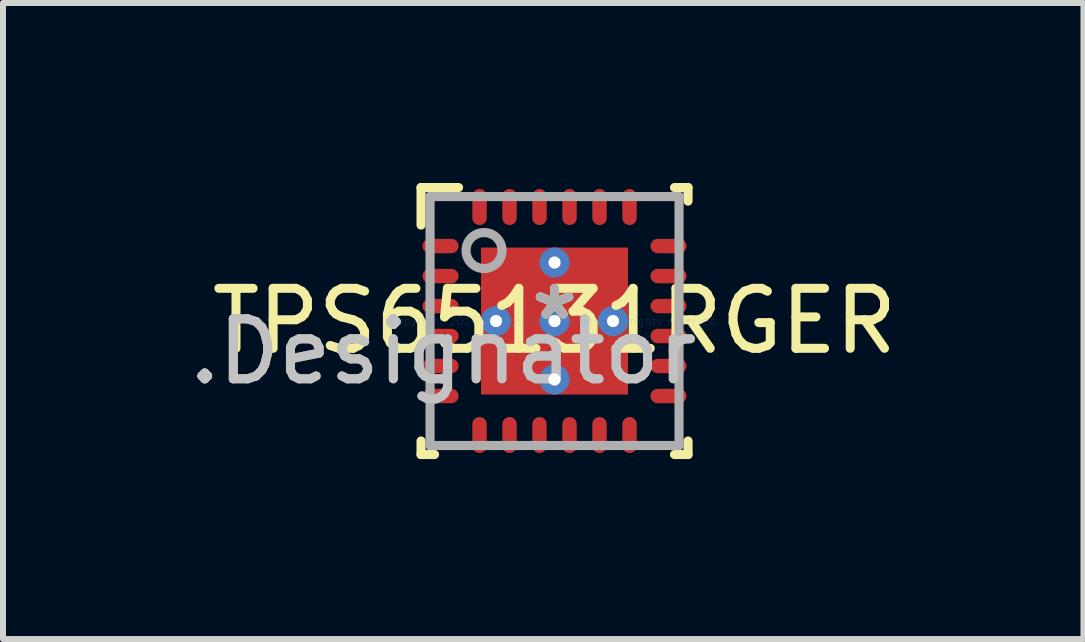
<source format=kicad_pcb>
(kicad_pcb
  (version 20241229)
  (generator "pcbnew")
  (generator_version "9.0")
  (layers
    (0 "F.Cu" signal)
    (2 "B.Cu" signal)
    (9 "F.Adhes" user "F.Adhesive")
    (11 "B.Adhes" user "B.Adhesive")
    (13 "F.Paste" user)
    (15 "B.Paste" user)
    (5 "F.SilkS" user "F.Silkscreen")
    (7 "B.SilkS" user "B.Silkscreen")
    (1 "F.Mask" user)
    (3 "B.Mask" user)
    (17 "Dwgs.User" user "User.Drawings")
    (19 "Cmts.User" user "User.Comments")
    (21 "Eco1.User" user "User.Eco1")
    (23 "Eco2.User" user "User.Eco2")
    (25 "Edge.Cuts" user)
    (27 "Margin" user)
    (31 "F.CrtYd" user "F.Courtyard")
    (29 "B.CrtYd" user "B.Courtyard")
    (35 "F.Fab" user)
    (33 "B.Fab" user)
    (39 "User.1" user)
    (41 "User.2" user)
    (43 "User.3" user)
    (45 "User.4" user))
  (footprint "TPS65131RGER"
    (layer "F.Cu")
    (at 6.193 2.301)
    (property "Reference" "TPS65131RGER" (at 0 0 0) (layer "F.SilkS") (effects (font (size 1 1) (thickness 0.15))))
    (attr through_hole)
    (fp_line (start -2.225 -2.225) (end -1.6 -2.225) (stroke (width 0.152) (type solid)) (layer "F.SilkS"))
    (fp_line (start -2.225 -1.6) (end -2.225 -2.225) (stroke (width 0.152) (type solid)) (layer "F.SilkS"))
    (fp_line (start -2.225 2.225) (end -2.225 2) (stroke (width 0.152) (type solid)) (layer "F.SilkS"))
    (fp_line (start -2.225 2.225) (end -2 2.225) (stroke (width 0.152) (type solid)) (layer "F.SilkS"))
    (fp_line (start 2 -2.225) (end 2.225 -2.225) (stroke (width 0.152) (type solid)) (layer "F.SilkS"))
    (fp_line (start 2 2.225) (end 2.225 2.225) (stroke (width 0.152) (type solid)) (layer "F.SilkS"))
    (fp_line (start 2.225 -2) (end 2.225 -2.225) (stroke (width 0.152) (type solid)) (layer "F.SilkS"))
    (fp_line (start 2.225 2.225) (end 2.225 2) (stroke (width 0.152) (type solid)) (layer "F.SilkS"))
    (fp_line (start -1.184 -1.184) (end -1.184 -0.1) (stroke (width 0.152) (type solid)) (layer "F.Paste"))
    (fp_line (start -1.184 -0.1) (end -0.1 -0.1) (stroke (width 0.152) (type solid)) (layer "F.Paste"))
    (fp_line (start -1.184 0.1) (end -1.184 1.184) (stroke (width 0.152) (type solid)) (layer "F.Paste"))
    (fp_line (start -1.184 1.184) (end -0.1 1.184) (stroke (width 0.152) (type solid)) (layer "F.Paste"))
    (fp_line (start -0.1 -1.184) (end -1.184 -1.184) (stroke (width 0.152) (type solid)) (layer "F.Paste"))
    (fp_line (start -0.1 -0.1) (end -0.1 -1.184) (stroke (width 0.152) (type solid)) (layer "F.Paste"))
    (fp_line (start -0.1 0.1) (end -1.184 0.1) (stroke (width 0.152) (type solid)) (layer "F.Paste"))
    (fp_line (start -0.1 1.184) (end -0.1 0.1) (stroke (width 0.152) (type solid)) (layer "F.Paste"))
    (fp_line (start 0.1 -1.184) (end 0.1 -0.1) (stroke (width 0.152) (type solid)) (layer "F.Paste"))
    (fp_line (start 0.1 -0.1) (end 1.184 -0.1) (stroke (width 0.152) (type solid)) (layer "F.Paste"))
    (fp_line (start 0.1 0.1) (end 0.1 1.184) (stroke (width 0.152) (type solid)) (layer "F.Paste"))
    (fp_line (start 0.1 1.184) (end 1.184 1.184) (stroke (width 0.152) (type solid)) (layer "F.Paste"))
    (fp_line (start 1.184 -1.184) (end 0.1 -1.184) (stroke (width 0.152) (type solid)) (layer "F.Paste"))
    (fp_line (start 1.184 -0.1) (end 1.184 -1.184) (stroke (width 0.152) (type solid)) (layer "F.Paste"))
    (fp_line (start 1.184 0.1) (end 0.1 0.1) (stroke (width 0.152) (type solid)) (layer "F.Paste"))
    (fp_line (start 1.184 1.184) (end 1.184 0.1) (stroke (width 0.152) (type solid)) (layer "F.Paste"))
    (fp_line (start -2.075 -2.075) (end 2.075 -2.075) (stroke (width 0.152) (type solid)) (layer "F.Fab"))
    (fp_line (start -2.075 2.075) (end -2.075 -2.075) (stroke (width 0.152) (type solid)) (layer "F.Fab"))
    (fp_line (start -2.075 2.075) (end 2.075 2.075) (stroke (width 0.152) (type solid)) (layer "F.Fab"))
    (fp_line (start 2.075 2.075) (end 2.075 -2.075) (stroke (width 0.152) (type solid)) (layer "F.Fab"))
    (fp_circle (center -1.175 -1.175) (end -0.875 -1.175) (stroke (width 0.152) (type solid)) (fill no) (layer "F.Fab"))
    (fp_text user "*" (at 0 0 0) (layer "F.SilkS") (effects (font (size 1 1) (thickness 0.15))))
    (fp_text user ".Designator" (at -1.854 0.508 0) (layer "Dwgs.User") (effects (font (size 1 1) (thickness 0.15))))
    (fp_text user "Copyright 2016 Accelerated Designs. All rights reserved." (at 0 0 0) (layer "Cmts.User") (effects (font (size 0.127 0.127) (thickness 0.002))))
    (fp_text user ".Designator" (at -1.854 0.508 0) (layer "F.Fab") (effects (font (size 1 1) (thickness 0.15))))
    (fp_text user "*" (at 0 0 0) (layer "F.Fab") (effects (font (size 1 1) (thickness 0.15))))
    (pad "1" smd oval (at -1.9 -1.25 90) (size 0.24 0.6) (layers "F.Cu" "F.Mask" "F.Paste"))
    (pad "2" smd oval (at -1.9 -0.75 90) (size 0.24 0.6) (layers "F.Cu" "F.Mask" "F.Paste"))
    (pad "3" smd oval (at -1.9 -0.25 90) (size 0.24 0.6) (layers "F.Cu" "F.Mask" "F.Paste"))
    (pad "4" smd oval (at -1.9 0.25 90) (size 0.24 0.6) (layers "F.Cu" "F.Mask" "F.Paste"))
    (pad "5" smd oval (at -1.9 0.75 90) (size 0.24 0.6) (layers "F.Cu" "F.Mask" "F.Paste"))
    (pad "6" smd oval (at -1.9 1.25 90) (size 0.24 0.6) (layers "F.Cu" "F.Mask" "F.Paste"))
    (pad "7" smd oval (at -1.25 1.9) (size 0.24 0.6) (layers "F.Cu" "F.Mask" "F.Paste"))
    (pad "8" smd oval (at -0.75 1.9) (size 0.24 0.6) (layers "F.Cu" "F.Mask" "F.Paste"))
    (pad "9" smd oval (at -0.25 1.9) (size 0.24 0.6) (layers "F.Cu" "F.Mask" "F.Paste"))
    (pad "10" smd oval (at 0.25 1.9) (size 0.24 0.6) (layers "F.Cu" "F.Mask" "F.Paste"))
    (pad "11" smd oval (at 0.75 1.9) (size 0.24 0.6) (layers "F.Cu" "F.Mask" "F.Paste"))
    (pad "12" smd oval (at 1.25 1.9) (size 0.24 0.6) (layers "F.Cu" "F.Mask" "F.Paste"))
    (pad "13" smd oval (at 1.9 1.25 90) (size 0.24 0.6) (layers "F.Cu" "F.Mask" "F.Paste"))
    (pad "14" smd oval (at 1.9 0.75 90) (size 0.24 0.6) (layers "F.Cu" "F.Mask" "F.Paste"))
    (pad "15" smd oval (at 1.9 0.25 90) (size 0.24 0.6) (layers "F.Cu" "F.Mask" "F.Paste"))
    (pad "16" smd oval (at 1.9 -0.25 90) (size 0.24 0.6) (layers "F.Cu" "F.Mask" "F.Paste"))
    (pad "17" smd oval (at 1.9 -0.75 90) (size 0.24 0.6) (layers "F.Cu" "F.Mask" "F.Paste"))
    (pad "18" smd oval (at 1.9 -1.25 90) (size 0.24 0.6) (layers "F.Cu" "F.Mask" "F.Paste"))
    (pad "19" smd oval (at 1.25 -1.9) (size 0.24 0.6) (layers "F.Cu" "F.Mask" "F.Paste"))
    (pad "20" smd oval (at 0.75 -1.9) (size 0.24 0.6) (layers "F.Cu" "F.Mask" "F.Paste"))
    (pad "21" smd oval (at 0.25 -1.9) (size 0.24 0.6) (layers "F.Cu" "F.Mask" "F.Paste"))
    (pad "22" smd oval (at -0.25 -1.9) (size 0.24 0.6) (layers "F.Cu" "F.Mask" "F.Paste"))
    (pad "23" smd oval (at -0.75 -1.9) (size 0.24 0.6) (layers "F.Cu" "F.Mask" "F.Paste"))
    (pad "24" smd oval (at -1.25 -1.9) (size 0.24 0.6) (layers "F.Cu" "F.Mask" "F.Paste"))
    (pad "25" smd rect (at 0 0) (size 2.45 2.45) (layers "F.Cu" "F.Mask" "F.Paste"))
    (pad "V" thru_hole circle (at -0.975 0) (size 0.5 0.5) (drill 0.203) (layers "*.Cu" "*.Mask"))
    (pad "V" thru_hole circle (at 0 -0.975) (size 0.5 0.5) (drill 0.203) (layers "*.Cu" "*.Mask"))
    (pad "V" thru_hole circle (at 0 0) (size 0.5 0.5) (drill 0.203) (layers "*.Cu" "*.Mask"))
    (pad "V" thru_hole circle (at 0 0.975) (size 0.5 0.5) (drill 0.203) (layers "*.Cu" "*.Mask"))
    (pad "V" thru_hole circle (at 0.975 0) (size 0.5 0.5) (drill 0.203) (layers "*.Cu" "*.Mask")))
  (gr_rect
    (start -3 -3)
    (end 15.009 7.602)
    (stroke (width 0.1) (type default))
    (fill no)
    (layer "Edge.Cuts")))
</source>
